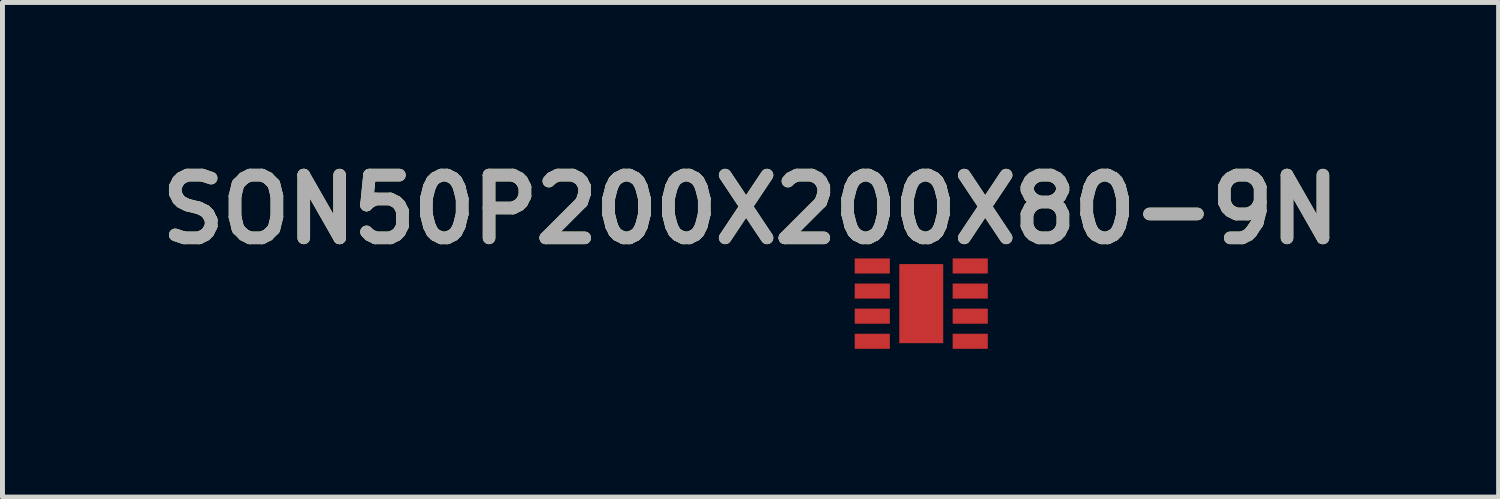
<source format=kicad_pcb>
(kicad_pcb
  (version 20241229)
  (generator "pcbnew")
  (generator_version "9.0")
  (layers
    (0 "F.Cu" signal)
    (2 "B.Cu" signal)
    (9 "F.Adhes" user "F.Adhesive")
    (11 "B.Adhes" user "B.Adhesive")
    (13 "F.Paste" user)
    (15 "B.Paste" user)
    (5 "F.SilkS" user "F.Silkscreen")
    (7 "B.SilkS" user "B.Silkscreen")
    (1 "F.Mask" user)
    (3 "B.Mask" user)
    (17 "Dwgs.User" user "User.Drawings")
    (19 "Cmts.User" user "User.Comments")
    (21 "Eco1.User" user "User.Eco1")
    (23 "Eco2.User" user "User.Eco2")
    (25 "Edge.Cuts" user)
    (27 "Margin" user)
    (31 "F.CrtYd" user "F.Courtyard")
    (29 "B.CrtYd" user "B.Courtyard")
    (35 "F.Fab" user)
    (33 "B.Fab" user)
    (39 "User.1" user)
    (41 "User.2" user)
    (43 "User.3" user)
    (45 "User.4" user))
  (footprint "SON50P200X200X80-9N"
    (layer "F.Cu")
    (at 15.592 3.094)
    (property "Reference" "SON50P200X200X80-9N" (at -3.454 -1.905 0) (layer "F.SilkS") (effects (font (size 1.27 1.27) (thickness 0.254))))
    (attr smd)
    (fp_text user "${REFERENCE}" (at -3.454 -1.905 0) (layer "F.Fab") (effects (font (size 1.27 1.27) (thickness 0.254))))
    (pad "1" smd rect (at -0.991 -0.762 90) (size 0.305 0.711) (layers "F.Cu" "F.Mask" "F.Paste"))
    (pad "2" smd rect (at -0.991 -0.254 90) (size 0.305 0.711) (layers "F.Cu" "F.Mask" "F.Paste"))
    (pad "3" smd rect (at -0.991 0.254 90) (size 0.305 0.711) (layers "F.Cu" "F.Mask" "F.Paste"))
    (pad "4" smd rect (at -0.991 0.762 90) (size 0.305 0.711) (layers "F.Cu" "F.Mask" "F.Paste"))
    (pad "5" smd rect (at 0.991 0.762 90) (size 0.305 0.711) (layers "F.Cu" "F.Mask" "F.Paste"))
    (pad "6" smd rect (at 0.991 0.254 90) (size 0.305 0.711) (layers "F.Cu" "F.Mask" "F.Paste"))
    (pad "7" smd rect (at 0.991 -0.254 90) (size 0.305 0.711) (layers "F.Cu" "F.Mask" "F.Paste"))
    (pad "8" smd rect (at 0.991 -0.762 90) (size 0.305 0.711) (layers "F.Cu" "F.Mask" "F.Paste"))
    (pad "9" smd rect (at 0 0) (size 0.889 1.6) (layers "F.Cu" "F.Mask" "F.Paste")))
  (gr_rect
    (start -3 -3)
    (end 27.275 7.008)
    (stroke (width 0.1) (type default))
    (fill no)
    (layer "Edge.Cuts")))
</source>
